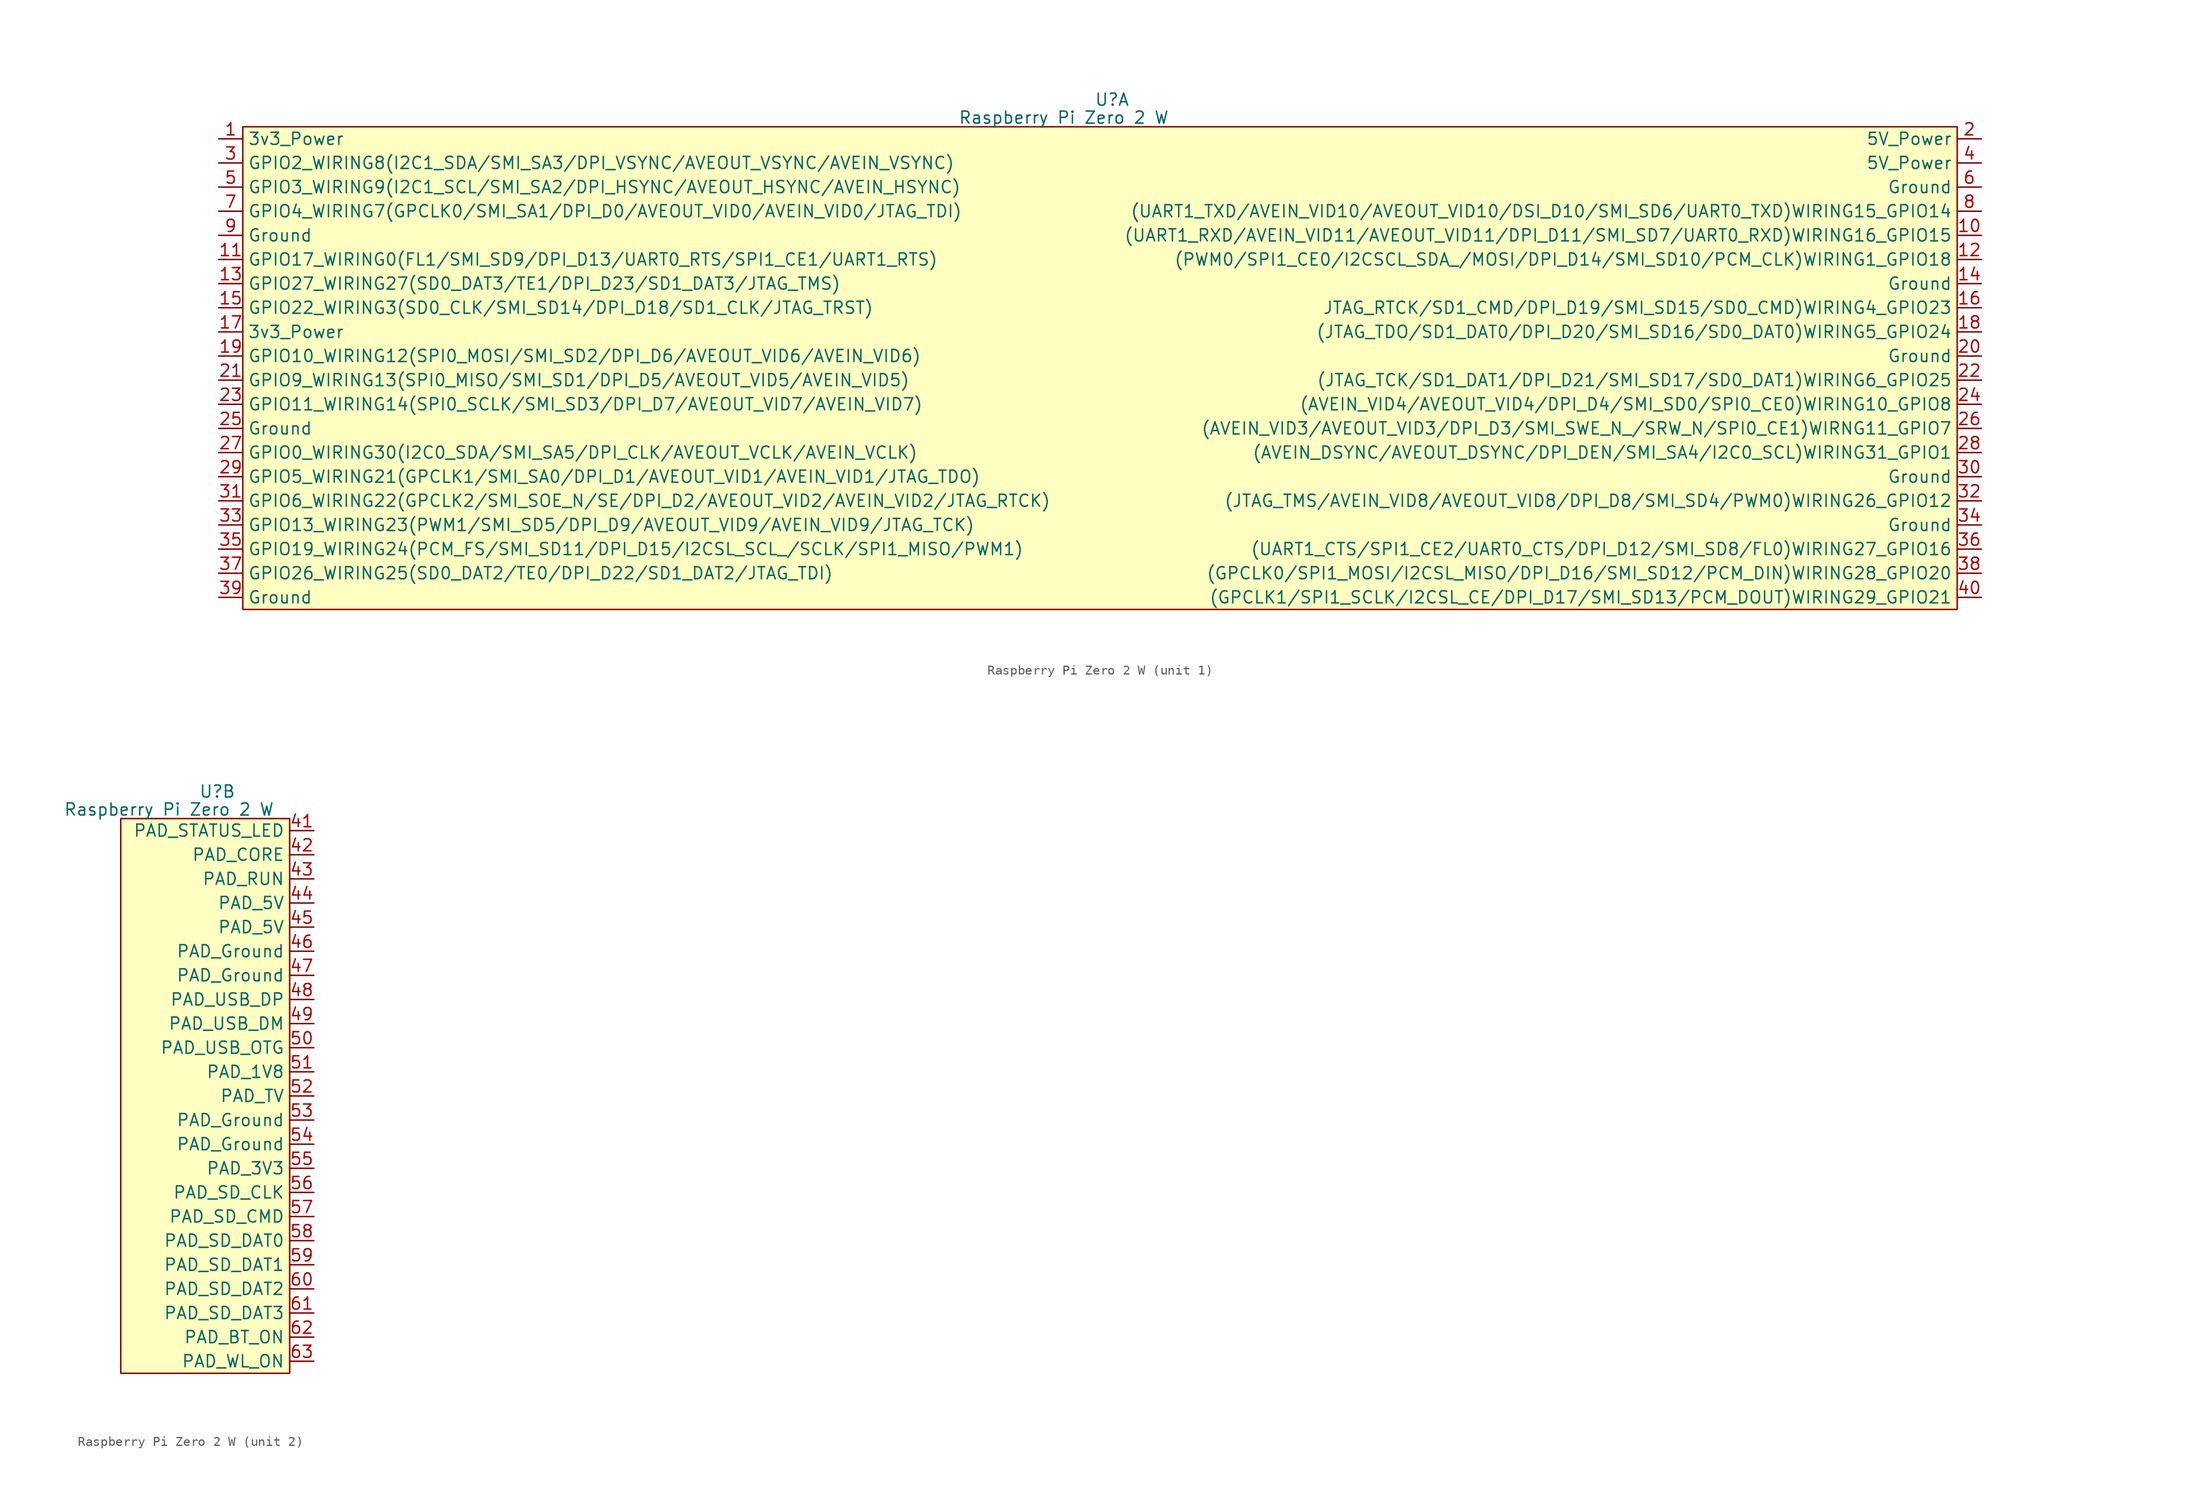
<source format=kicad_sym>
(kicad_symbol_lib
  (version 20211014)
  (generator kicad_symbol_editor)
  (symbol "Raspberry Pi Zero 2 W"
    (property "Reference" "U"
      (at 0 29.52 0)
      (effects (font (size 1.27 1.27))))
    (property "Value" "Raspberry Pi Zero 2 W"
      (at -5.08 27.63 0)
      (effects (font (size 1.27 1.27))))
    (property "ki_locked" ""
      (at 0 0 0)
      (effects (font (size 1.27 1.27))))
    (symbol "Raspberry Pi Zero 2 W_1_1"
      (rectangle (start -91.44 26.67) (end 88.9 -24.13) (stroke (width 0) (type default) (color 0 0 0 0)) (fill (type background)))
      (pin power_in line (at -93.98 25.4 0) (length 2.54) (name "3v3_Power" (effects (font (size 1.27 1.27)))) (number "1" (effects (font (size 1.27 1.27)))))
      (pin input line (at 91.44 15.24 180) (length 2.54) (name "(UART1_RXD/AVEIN_VID11/AVEOUT_VID11/DPI_D11/SMI_SD7/UART0_RXD)WIRING16_GPIO15" (effects (font (size 1.27 1.27)))) (number "10" (effects (font (size 1.27 1.27)))))
      (pin input line (at -93.98 12.7 0) (length 2.54) (name "GPIO17_WIRING0(FL1/SMI_SD9/DPI_D13/UART0_RTS/SPI1_CE1/UART1_RTS)" (effects (font (size 1.27 1.27)))) (number "11" (effects (font (size 1.27 1.27)))))
      (pin input line (at 91.44 12.7 180) (length 2.54) (name "(PWM0/SPI1_CE0/I2CSCL_SDA_/MOSI/DPI_D14/SMI_SD10/PCM_CLK)WIRING1_GPIO18" (effects (font (size 1.27 1.27)))) (number "12" (effects (font (size 1.27 1.27)))))
      (pin input line (at -93.98 10.16 0) (length 2.54) (name "GPIO27_WIRING27(SD0_DAT3/TE1/DPI_D23/SD1_DAT3/JTAG_TMS)" (effects (font (size 1.27 1.27)))) (number "13" (effects (font (size 1.27 1.27)))))
      (pin power_in line (at 91.44 10.16 180) (length 2.54) (name "Ground" (effects (font (size 1.27 1.27)))) (number "14" (effects (font (size 1.27 1.27)))))
      (pin input line (at -93.98 7.62 0) (length 2.54) (name "GPIO22_WIRING3(SD0_CLK/SMI_SD14/DPI_D18/SD1_CLK/JTAG_TRST)" (effects (font (size 1.27 1.27)))) (number "15" (effects (font (size 1.27 1.27)))))
      (pin input line (at 91.44 7.62 180) (length 2.54) (name "JTAG_RTCK/SD1_CMD/DPI_D19/SMI_SD15/SD0_CMD)WIRING4_GPIO23" (effects (font (size 1.27 1.27)))) (number "16" (effects (font (size 1.27 1.27)))))
      (pin power_in line (at -93.98 5.08 0) (length 2.54) (name "3v3_Power" (effects (font (size 1.27 1.27)))) (number "17" (effects (font (size 1.27 1.27)))))
      (pin input line (at 91.44 5.08 180) (length 2.54) (name "(JTAG_TDO/SD1_DAT0/DPI_D20/SMI_SD16/SD0_DAT0)WIRING5_GPIO24" (effects (font (size 1.27 1.27)))) (number "18" (effects (font (size 1.27 1.27)))))
      (pin input line (at -93.98 2.54 0) (length 2.54) (name "GPIO10_WIRING12(SPI0_MOSI/SMI_SD2/DPI_D6/AVEOUT_VID6/AVEIN_VID6)" (effects (font (size 1.27 1.27)))) (number "19" (effects (font (size 1.27 1.27)))))
      (pin power_in line (at 91.44 25.4 180) (length 2.54) (name "5V_Power" (effects (font (size 1.27 1.27)))) (number "2" (effects (font (size 1.27 1.27)))))
      (pin power_in line (at 91.44 2.54 180) (length 2.54) (name "Ground" (effects (font (size 1.27 1.27)))) (number "20" (effects (font (size 1.27 1.27)))))
      (pin input line (at -93.98 0 0) (length 2.54) (name "GPIO9_WIRING13(SPI0_MISO/SMI_SD1/DPI_D5/AVEOUT_VID5/AVEIN_VID5)" (effects (font (size 1.27 1.27)))) (number "21" (effects (font (size 1.27 1.27)))))
      (pin input line (at 91.44 0 180) (length 2.54) (name "(JTAG_TCK/SD1_DAT1/DPI_D21/SMI_SD17/SD0_DAT1)WIRING6_GPIO25" (effects (font (size 1.27 1.27)))) (number "22" (effects (font (size 1.27 1.27)))))
      (pin input line (at -93.98 -2.54 0) (length 2.54) (name "GPIO11_WIRING14(SPI0_SCLK/SMI_SD3/DPI_D7/AVEOUT_VID7/AVEIN_VID7)" (effects (font (size 1.27 1.27)))) (number "23" (effects (font (size 1.27 1.27)))))
      (pin input line (at 91.44 -2.54 180) (length 2.54) (name "(AVEIN_VID4/AVEOUT_VID4/DPI_D4/SMI_SD0/SPI0_CE0)WIRING10_GPIO8" (effects (font (size 1.27 1.27)))) (number "24" (effects (font (size 1.27 1.27)))))
      (pin power_in line (at -93.98 -5.08 0) (length 2.54) (name "Ground" (effects (font (size 1.27 1.27)))) (number "25" (effects (font (size 1.27 1.27)))))
      (pin input line (at 91.44 -5.08 180) (length 2.54) (name "(AVEIN_VID3/AVEOUT_VID3/DPI_D3/SMI_SWE_N_/SRW_N/SPI0_CE1)WIRNG11_GPIO7" (effects (font (size 1.27 1.27)))) (number "26" (effects (font (size 1.27 1.27)))))
      (pin input line (at -93.98 -7.62 0) (length 2.54) (name "GPIO0_WIRING30(I2C0_SDA/SMI_SA5/DPI_CLK/AVEOUT_VCLK/AVEIN_VCLK)" (effects (font (size 1.27 1.27)))) (number "27" (effects (font (size 1.27 1.27)))))
      (pin input line (at 91.44 -7.62 180) (length 2.54) (name "(AVEIN_DSYNC/AVEOUT_DSYNC/DPI_DEN/SMI_SA4/I2C0_SCL)WIRING31_GPIO1" (effects (font (size 1.27 1.27)))) (number "28" (effects (font (size 1.27 1.27)))))
      (pin input line (at -93.98 -10.16 0) (length 2.54) (name "GPIO5_WIRING21(GPCLK1/SMI_SA0/DPI_D1/AVEOUT_VID1/AVEIN_VID1/JTAG_TDO)" (effects (font (size 1.27 1.27)))) (number "29" (effects (font (size 1.27 1.27)))))
      (pin input line (at -93.98 22.86 0) (length 2.54) (name "GPIO2_WIRING8(I2C1_SDA/SMI_SA3/DPI_VSYNC/AVEOUT_VSYNC/AVEIN_VSYNC)" (effects (font (size 1.27 1.27)))) (number "3" (effects (font (size 1.27 1.27)))))
      (pin power_in line (at 91.44 -10.16 180) (length 2.54) (name "Ground" (effects (font (size 1.27 1.27)))) (number "30" (effects (font (size 1.27 1.27)))))
      (pin input line (at -93.98 -12.7 0) (length 2.54) (name "GPIO6_WIRING22(GPCLK2/SMI_SOE_N/SE/DPI_D2/AVEOUT_VID2/AVEIN_VID2/JTAG_RTCK)" (effects (font (size 1.27 1.27)))) (number "31" (effects (font (size 1.27 1.27)))))
      (pin input line (at 91.44 -12.7 180) (length 2.54) (name "(JTAG_TMS/AVEIN_VID8/AVEOUT_VID8/DPI_D8/SMI_SD4/PWM0)WIRING26_GPIO12" (effects (font (size 1.27 1.27)))) (number "32" (effects (font (size 1.27 1.27)))))
      (pin input line (at -93.98 -15.24 0) (length 2.54) (name "GPIO13_WIRING23(PWM1/SMI_SD5/DPI_D9/AVEOUT_VID9/AVEIN_VID9/JTAG_TCK)" (effects (font (size 1.27 1.27)))) (number "33" (effects (font (size 1.27 1.27)))))
      (pin power_in line (at 91.44 -15.24 180) (length 2.54) (name "Ground" (effects (font (size 1.27 1.27)))) (number "34" (effects (font (size 1.27 1.27)))))
      (pin input line (at -93.98 -17.78 0) (length 2.54) (name "GPIO19_WIRING24(PCM_FS/SMI_SD11/DPI_D15/I2CSL_SCL_/SCLK/SPI1_MISO/PWM1)" (effects (font (size 1.27 1.27)))) (number "35" (effects (font (size 1.27 1.27)))))
      (pin input line (at 91.44 -17.78 180) (length 2.54) (name "(UART1_CTS/SPI1_CE2/UART0_CTS/DPI_D12/SMI_SD8/FL0)WIRING27_GPIO16" (effects (font (size 1.27 1.27)))) (number "36" (effects (font (size 1.27 1.27)))))
      (pin input line (at -93.98 -20.32 0) (length 2.54) (name "GPIO26_WIRING25(SD0_DAT2/TE0/DPI_D22/SD1_DAT2/JTAG_TDI)" (effects (font (size 1.27 1.27)))) (number "37" (effects (font (size 1.27 1.27)))))
      (pin input line (at 91.44 -20.32 180) (length 2.54) (name "(GPCLK0/SPI1_MOSI/I2CSL_MISO/DPI_D16/SMI_SD12/PCM_DIN)WIRING28_GPIO20" (effects (font (size 1.27 1.27)))) (number "38" (effects (font (size 1.27 1.27)))))
      (pin power_in line (at -93.98 -22.86 0) (length 2.54) (name "Ground" (effects (font (size 1.27 1.27)))) (number "39" (effects (font (size 1.27 1.27)))))
      (pin power_in line (at 91.44 22.86 180) (length 2.54) (name "5V_Power" (effects (font (size 1.27 1.27)))) (number "4" (effects (font (size 1.27 1.27)))))
      (pin input line (at 91.44 -22.86 180) (length 2.54) (name "(GPCLK1/SPI1_SCLK/I2CSL_CE/DPI_D17/SMI_SD13/PCM_DOUT)WIRING29_GPIO21" (effects (font (size 1.27 1.27)))) (number "40" (effects (font (size 1.27 1.27)))))
      (pin input line (at -93.98 20.32 0) (length 2.54) (name "GPIO3_WIRING9(I2C1_SCL/SMI_SA2/DPI_HSYNC/AVEOUT_HSYNC/AVEIN_HSYNC)" (effects (font (size 1.27 1.27)))) (number "5" (effects (font (size 1.27 1.27)))))
      (pin power_in line (at 91.44 20.32 180) (length 2.54) (name "Ground" (effects (font (size 1.27 1.27)))) (number "6" (effects (font (size 1.27 1.27)))))
      (pin input line (at -93.98 17.78 0) (length 2.54) (name "GPIO4_WIRING7(GPCLK0/SMI_SA1/DPI_D0/AVEOUT_VID0/AVEIN_VID0/JTAG_TDI)" (effects (font (size 1.27 1.27)))) (number "7" (effects (font (size 1.27 1.27)))))
      (pin input line (at 91.44 17.78 180) (length 2.54) (name "(UART1_TXD/AVEIN_VID10/AVEOUT_VID10/DSI_D10/SMI_SD6/UART0_TXD)WIRING15_GPIO14" (effects (font (size 1.27 1.27)))) (number "8" (effects (font (size 1.27 1.27)))))
      (pin power_in line (at -93.98 15.24 0) (length 2.54) (name "Ground" (effects (font (size 1.27 1.27)))) (number "9" (effects (font (size 1.27 1.27))))))
    (symbol "Raspberry Pi Zero 2 W_2_1"
      (rectangle (start -10.16 26.67) (end 7.62 -31.75) (stroke (width 0) (type default) (color 0 0 0 0)) (fill (type background)))
      (pin input line (at 10.16 25.4 180) (length 2.54) (name "PAD_STATUS_LED" (effects (font (size 1.27 1.27)))) (number "41" (effects (font (size 1.27 1.27)))))
      (pin input line (at 10.16 22.86 180) (length 2.54) (name "PAD_CORE" (effects (font (size 1.27 1.27)))) (number "42" (effects (font (size 1.27 1.27)))))
      (pin input line (at 10.16 20.32 180) (length 2.54) (name "PAD_RUN" (effects (font (size 1.27 1.27)))) (number "43" (effects (font (size 1.27 1.27)))))
      (pin power_in line (at 10.16 17.78 180) (length 2.54) (name "PAD_5V" (effects (font (size 1.27 1.27)))) (number "44" (effects (font (size 1.27 1.27)))))
      (pin power_in line (at 10.16 15.24 180) (length 2.54) (name "PAD_5V" (effects (font (size 1.27 1.27)))) (number "45" (effects (font (size 1.27 1.27)))))
      (pin power_in line (at 10.16 12.7 180) (length 2.54) (name "PAD_Ground" (effects (font (size 1.27 1.27)))) (number "46" (effects (font (size 1.27 1.27)))))
      (pin power_in line (at 10.16 10.16 180) (length 2.54) (name "PAD_Ground" (effects (font (size 1.27 1.27)))) (number "47" (effects (font (size 1.27 1.27)))))
      (pin input line (at 10.16 7.62 180) (length 2.54) (name "PAD_USB_DP" (effects (font (size 1.27 1.27)))) (number "48" (effects (font (size 1.27 1.27)))))
      (pin input line (at 10.16 5.08 180) (length 2.54) (name "PAD_USB_DM" (effects (font (size 1.27 1.27)))) (number "49" (effects (font (size 1.27 1.27)))))
      (pin input line (at 10.16 2.54 180) (length 2.54) (name "PAD_USB_OTG" (effects (font (size 1.27 1.27)))) (number "50" (effects (font (size 1.27 1.27)))))
      (pin power_in line (at 10.16 0 180) (length 2.54) (name "PAD_1V8" (effects (font (size 1.27 1.27)))) (number "51" (effects (font (size 1.27 1.27)))))
      (pin input line (at 10.16 -2.54 180) (length 2.54) (name "PAD_TV" (effects (font (size 1.27 1.27)))) (number "52" (effects (font (size 1.27 1.27)))))
      (pin power_in line (at 10.16 -5.08 180) (length 2.54) (name "PAD_Ground" (effects (font (size 1.27 1.27)))) (number "53" (effects (font (size 1.27 1.27)))))
      (pin power_in line (at 10.16 -7.62 180) (length 2.54) (name "PAD_Ground" (effects (font (size 1.27 1.27)))) (number "54" (effects (font (size 1.27 1.27)))))
      (pin power_in line (at 10.16 -10.16 180) (length 2.54) (name "PAD_3V3" (effects (font (size 1.27 1.27)))) (number "55" (effects (font (size 1.27 1.27)))))
      (pin input line (at 10.16 -12.7 180) (length 2.54) (name "PAD_SD_CLK" (effects (font (size 1.27 1.27)))) (number "56" (effects (font (size 1.27 1.27)))))
      (pin input line (at 10.16 -15.24 180) (length 2.54) (name "PAD_SD_CMD" (effects (font (size 1.27 1.27)))) (number "57" (effects (font (size 1.27 1.27)))))
      (pin input line (at 10.16 -17.78 180) (length 2.54) (name "PAD_SD_DAT0" (effects (font (size 1.27 1.27)))) (number "58" (effects (font (size 1.27 1.27)))))
      (pin input line (at 10.16 -20.32 180) (length 2.54) (name "PAD_SD_DAT1" (effects (font (size 1.27 1.27)))) (number "59" (effects (font (size 1.27 1.27)))))
      (pin input line (at 10.16 -22.86 180) (length 2.54) (name "PAD_SD_DAT2" (effects (font (size 1.27 1.27)))) (number "60" (effects (font (size 1.27 1.27)))))
      (pin input line (at 10.16 -25.4 180) (length 2.54) (name "PAD_SD_DAT3" (effects (font (size 1.27 1.27)))) (number "61" (effects (font (size 1.27 1.27)))))
      (pin input line (at 10.16 -27.94 180) (length 2.54) (name "PAD_BT_ON" (effects (font (size 1.27 1.27)))) (number "62" (effects (font (size 1.27 1.27)))))
      (pin input line (at 10.16 -30.48 180) (length 2.54) (name "PAD_WL_ON" (effects (font (size 1.27 1.27)))) (number "63" (effects (font (size 1.27 1.27))))))))
</source>
